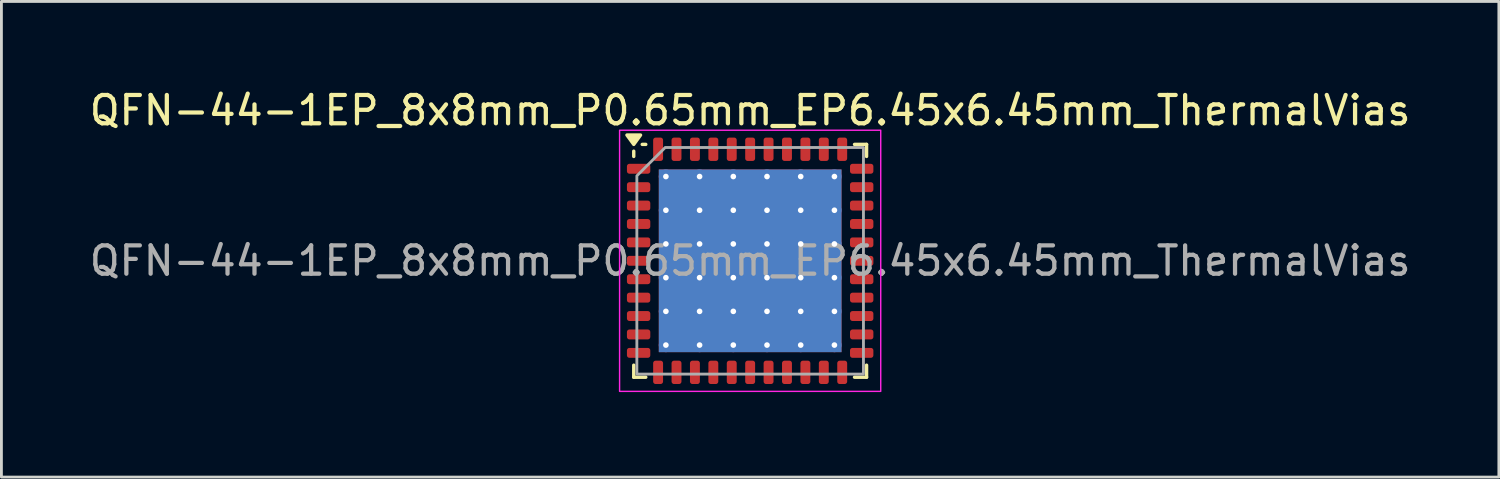
<source format=kicad_pcb>
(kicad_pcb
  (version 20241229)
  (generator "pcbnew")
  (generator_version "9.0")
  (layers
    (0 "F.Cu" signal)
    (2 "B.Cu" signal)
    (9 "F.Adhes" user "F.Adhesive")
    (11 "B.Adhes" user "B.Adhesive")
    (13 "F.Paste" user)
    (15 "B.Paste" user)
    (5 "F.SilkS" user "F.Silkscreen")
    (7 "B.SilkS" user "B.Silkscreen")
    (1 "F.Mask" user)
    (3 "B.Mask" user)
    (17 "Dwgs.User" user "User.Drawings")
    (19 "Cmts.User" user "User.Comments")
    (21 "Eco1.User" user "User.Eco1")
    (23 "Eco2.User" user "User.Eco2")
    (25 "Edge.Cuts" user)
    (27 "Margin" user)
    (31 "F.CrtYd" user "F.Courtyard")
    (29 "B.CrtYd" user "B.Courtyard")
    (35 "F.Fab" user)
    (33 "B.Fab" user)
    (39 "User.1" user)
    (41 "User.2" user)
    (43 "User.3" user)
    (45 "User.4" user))
  (footprint "QFN-44-1EP_8x8mm_P0.65mm_EP6.45x6.45mm_ThermalVias"
    (layer "F.Cu")
    (at 23.435 6.158)
    (property "Reference" "QFN-44-1EP_8x8mm_P0.65mm_EP6.45x6.45mm_ThermalVias" (at 0 -5.31 0) (layer "F.SilkS") (effects (font (size 1 1) (thickness 0.15))))
    (attr smd)
    (fp_line (start -4.11 -3.685) (end -4.11 -3.87) (stroke (width 0.12) (type solid)) (layer "F.SilkS"))
    (fp_line (start -4.11 4.11) (end -4.11 3.685) (stroke (width 0.12) (type solid)) (layer "F.SilkS"))
    (fp_line (start -3.685 -4.11) (end -3.81 -4.11) (stroke (width 0.12) (type solid)) (layer "F.SilkS"))
    (fp_line (start -3.685 4.11) (end -4.11 4.11) (stroke (width 0.12) (type solid)) (layer "F.SilkS"))
    (fp_line (start 3.685 -4.11) (end 4.11 -4.11) (stroke (width 0.12) (type solid)) (layer "F.SilkS"))
    (fp_line (start 3.685 4.11) (end 4.11 4.11) (stroke (width 0.12) (type solid)) (layer "F.SilkS"))
    (fp_line (start 4.11 -4.11) (end 4.11 -3.685) (stroke (width 0.12) (type solid)) (layer "F.SilkS"))
    (fp_line (start 4.11 4.11) (end 4.11 3.685) (stroke (width 0.12) (type solid)) (layer "F.SilkS"))
    (fp_poly (pts (xy -4.11 -4.11) (xy -4.35 -4.44) (xy -3.87 -4.44)) (stroke (width 0.12) (type solid)) (fill yes) (layer "F.SilkS"))
    (fp_rect (start -4.61 -4.61) (end 4.61 4.61) (stroke (width 0.05) (type solid)) (fill no) (layer "F.CrtYd"))
    (fp_poly (pts (xy -4 -3) (xy -4 4) (xy 4 4) (xy 4 -4) (xy -3 -4)) (stroke (width 0.1) (type solid)) (fill no) (layer "F.Fab"))
    (fp_text user "${REFERENCE}" (at 0 0 0) (layer "F.Fab") (effects (font (size 1 1) (thickness 0.15))))
    (pad "" smd roundrect (at -2.38 -2.38) (size 0.999 0.999) (layers "F.Paste") (roundrect_rratio 0.25))
    (pad "" smd roundrect (at -2.38 -1.19) (size 0.999 0.999) (layers "F.Paste") (roundrect_rratio 0.25))
    (pad "" smd roundrect (at -2.38 0) (size 0.999 0.999) (layers "F.Paste") (roundrect_rratio 0.25))
    (pad "" smd roundrect (at -2.38 1.19) (size 0.999 0.999) (layers "F.Paste") (roundrect_rratio 0.25))
    (pad "" smd roundrect (at -2.38 2.38) (size 0.999 0.999) (layers "F.Paste") (roundrect_rratio 0.25))
    (pad "" smd roundrect (at -1.19 -2.38) (size 0.999 0.999) (layers "F.Paste") (roundrect_rratio 0.25))
    (pad "" smd roundrect (at -1.19 -1.19) (size 0.999 0.999) (layers "F.Paste") (roundrect_rratio 0.25))
    (pad "" smd roundrect (at -1.19 0) (size 0.999 0.999) (layers "F.Paste") (roundrect_rratio 0.25))
    (pad "" smd roundrect (at -1.19 1.19) (size 0.999 0.999) (layers "F.Paste") (roundrect_rratio 0.25))
    (pad "" smd roundrect (at -1.19 2.38) (size 0.999 0.999) (layers "F.Paste") (roundrect_rratio 0.25))
    (pad "" smd roundrect (at 0 -2.38) (size 0.999 0.999) (layers "F.Paste") (roundrect_rratio 0.25))
    (pad "" smd roundrect (at 0 -1.19) (size 0.999 0.999) (layers "F.Paste") (roundrect_rratio 0.25))
    (pad "" smd roundrect (at 0 0) (size 0.999 0.999) (layers "F.Paste") (roundrect_rratio 0.25))
    (pad "" smd roundrect (at 0 1.19) (size 0.999 0.999) (layers "F.Paste") (roundrect_rratio 0.25))
    (pad "" smd roundrect (at 0 2.38) (size 0.999 0.999) (layers "F.Paste") (roundrect_rratio 0.25))
    (pad "" smd roundrect (at 1.19 -2.38) (size 0.999 0.999) (layers "F.Paste") (roundrect_rratio 0.25))
    (pad "" smd roundrect (at 1.19 -1.19) (size 0.999 0.999) (layers "F.Paste") (roundrect_rratio 0.25))
    (pad "" smd roundrect (at 1.19 0) (size 0.999 0.999) (layers "F.Paste") (roundrect_rratio 0.25))
    (pad "" smd roundrect (at 1.19 1.19) (size 0.999 0.999) (layers "F.Paste") (roundrect_rratio 0.25))
    (pad "" smd roundrect (at 1.19 2.38) (size 0.999 0.999) (layers "F.Paste") (roundrect_rratio 0.25))
    (pad "" smd roundrect (at 2.38 -2.38) (size 0.999 0.999) (layers "F.Paste") (roundrect_rratio 0.25))
    (pad "" smd roundrect (at 2.38 -1.19) (size 0.999 0.999) (layers "F.Paste") (roundrect_rratio 0.25))
    (pad "" smd roundrect (at 2.38 0) (size 0.999 0.999) (layers "F.Paste") (roundrect_rratio 0.25))
    (pad "" smd roundrect (at 2.38 1.19) (size 0.999 0.999) (layers "F.Paste") (roundrect_rratio 0.25))
    (pad "" smd roundrect (at 2.38 2.38) (size 0.999 0.999) (layers "F.Paste") (roundrect_rratio 0.25))
    (pad "1" smd roundrect (at -3.938 -3.25) (size 0.825 0.35) (layers "F.Cu" "F.Mask" "F.Paste") (roundrect_rratio 0.25))
    (pad "2" smd roundrect (at -3.938 -2.6) (size 0.825 0.35) (layers "F.Cu" "F.Mask" "F.Paste") (roundrect_rratio 0.25))
    (pad "3" smd roundrect (at -3.938 -1.95) (size 0.825 0.35) (layers "F.Cu" "F.Mask" "F.Paste") (roundrect_rratio 0.25))
    (pad "4" smd roundrect (at -3.938 -1.3) (size 0.825 0.35) (layers "F.Cu" "F.Mask" "F.Paste") (roundrect_rratio 0.25))
    (pad "5" smd roundrect (at -3.938 -0.65) (size 0.825 0.35) (layers "F.Cu" "F.Mask" "F.Paste") (roundrect_rratio 0.25))
    (pad "6" smd roundrect (at -3.938 0) (size 0.825 0.35) (layers "F.Cu" "F.Mask" "F.Paste") (roundrect_rratio 0.25))
    (pad "7" smd roundrect (at -3.938 0.65) (size 0.825 0.35) (layers "F.Cu" "F.Mask" "F.Paste") (roundrect_rratio 0.25))
    (pad "8" smd roundrect (at -3.938 1.3) (size 0.825 0.35) (layers "F.Cu" "F.Mask" "F.Paste") (roundrect_rratio 0.25))
    (pad "9" smd roundrect (at -3.938 1.95) (size 0.825 0.35) (layers "F.Cu" "F.Mask" "F.Paste") (roundrect_rratio 0.25))
    (pad "10" smd roundrect (at -3.938 2.6) (size 0.825 0.35) (layers "F.Cu" "F.Mask" "F.Paste") (roundrect_rratio 0.25))
    (pad "11" smd roundrect (at -3.938 3.25) (size 0.825 0.35) (layers "F.Cu" "F.Mask" "F.Paste") (roundrect_rratio 0.25))
    (pad "12" smd roundrect (at -3.25 3.938) (size 0.35 0.825) (layers "F.Cu" "F.Mask" "F.Paste") (roundrect_rratio 0.25))
    (pad "13" smd roundrect (at -2.6 3.938) (size 0.35 0.825) (layers "F.Cu" "F.Mask" "F.Paste") (roundrect_rratio 0.25))
    (pad "14" smd roundrect (at -1.95 3.938) (size 0.35 0.825) (layers "F.Cu" "F.Mask" "F.Paste") (roundrect_rratio 0.25))
    (pad "15" smd roundrect (at -1.3 3.938) (size 0.35 0.825) (layers "F.Cu" "F.Mask" "F.Paste") (roundrect_rratio 0.25))
    (pad "16" smd roundrect (at -0.65 3.938) (size 0.35 0.825) (layers "F.Cu" "F.Mask" "F.Paste") (roundrect_rratio 0.25))
    (pad "17" smd roundrect (at 0 3.938) (size 0.35 0.825) (layers "F.Cu" "F.Mask" "F.Paste") (roundrect_rratio 0.25))
    (pad "18" smd roundrect (at 0.65 3.938) (size 0.35 0.825) (layers "F.Cu" "F.Mask" "F.Paste") (roundrect_rratio 0.25))
    (pad "19" smd roundrect (at 1.3 3.938) (size 0.35 0.825) (layers "F.Cu" "F.Mask" "F.Paste") (roundrect_rratio 0.25))
    (pad "20" smd roundrect (at 1.95 3.938) (size 0.35 0.825) (layers "F.Cu" "F.Mask" "F.Paste") (roundrect_rratio 0.25))
    (pad "21" smd roundrect (at 2.6 3.938) (size 0.35 0.825) (layers "F.Cu" "F.Mask" "F.Paste") (roundrect_rratio 0.25))
    (pad "22" smd roundrect (at 3.25 3.938) (size 0.35 0.825) (layers "F.Cu" "F.Mask" "F.Paste") (roundrect_rratio 0.25))
    (pad "23" smd roundrect (at 3.938 3.25) (size 0.825 0.35) (layers "F.Cu" "F.Mask" "F.Paste") (roundrect_rratio 0.25))
    (pad "24" smd roundrect (at 3.938 2.6) (size 0.825 0.35) (layers "F.Cu" "F.Mask" "F.Paste") (roundrect_rratio 0.25))
    (pad "25" smd roundrect (at 3.938 1.95) (size 0.825 0.35) (layers "F.Cu" "F.Mask" "F.Paste") (roundrect_rratio 0.25))
    (pad "26" smd roundrect (at 3.938 1.3) (size 0.825 0.35) (layers "F.Cu" "F.Mask" "F.Paste") (roundrect_rratio 0.25))
    (pad "27" smd roundrect (at 3.938 0.65) (size 0.825 0.35) (layers "F.Cu" "F.Mask" "F.Paste") (roundrect_rratio 0.25))
    (pad "28" smd roundrect (at 3.938 0) (size 0.825 0.35) (layers "F.Cu" "F.Mask" "F.Paste") (roundrect_rratio 0.25))
    (pad "29" smd roundrect (at 3.938 -0.65) (size 0.825 0.35) (layers "F.Cu" "F.Mask" "F.Paste") (roundrect_rratio 0.25))
    (pad "30" smd roundrect (at 3.938 -1.3) (size 0.825 0.35) (layers "F.Cu" "F.Mask" "F.Paste") (roundrect_rratio 0.25))
    (pad "31" smd roundrect (at 3.938 -1.95) (size 0.825 0.35) (layers "F.Cu" "F.Mask" "F.Paste") (roundrect_rratio 0.25))
    (pad "32" smd roundrect (at 3.938 -2.6) (size 0.825 0.35) (layers "F.Cu" "F.Mask" "F.Paste") (roundrect_rratio 0.25))
    (pad "33" smd roundrect (at 3.938 -3.25) (size 0.825 0.35) (layers "F.Cu" "F.Mask" "F.Paste") (roundrect_rratio 0.25))
    (pad "34" smd roundrect (at 3.25 -3.938) (size 0.35 0.825) (layers "F.Cu" "F.Mask" "F.Paste") (roundrect_rratio 0.25))
    (pad "35" smd roundrect (at 2.6 -3.938) (size 0.35 0.825) (layers "F.Cu" "F.Mask" "F.Paste") (roundrect_rratio 0.25))
    (pad "36" smd roundrect (at 1.95 -3.938) (size 0.35 0.825) (layers "F.Cu" "F.Mask" "F.Paste") (roundrect_rratio 0.25))
    (pad "37" smd roundrect (at 1.3 -3.938) (size 0.35 0.825) (layers "F.Cu" "F.Mask" "F.Paste") (roundrect_rratio 0.25))
    (pad "38" smd roundrect (at 0.65 -3.938) (size 0.35 0.825) (layers "F.Cu" "F.Mask" "F.Paste") (roundrect_rratio 0.25))
    (pad "39" smd roundrect (at 0 -3.938) (size 0.35 0.825) (layers "F.Cu" "F.Mask" "F.Paste") (roundrect_rratio 0.25))
    (pad "40" smd roundrect (at -0.65 -3.938) (size 0.35 0.825) (layers "F.Cu" "F.Mask" "F.Paste") (roundrect_rratio 0.25))
    (pad "41" smd roundrect (at -1.3 -3.938) (size 0.35 0.825) (layers "F.Cu" "F.Mask" "F.Paste") (roundrect_rratio 0.25))
    (pad "42" smd roundrect (at -1.95 -3.938) (size 0.35 0.825) (layers "F.Cu" "F.Mask" "F.Paste") (roundrect_rratio 0.25))
    (pad "43" smd roundrect (at -2.6 -3.938) (size 0.35 0.825) (layers "F.Cu" "F.Mask" "F.Paste") (roundrect_rratio 0.25))
    (pad "44" smd roundrect (at -3.25 -3.938) (size 0.35 0.825) (layers "F.Cu" "F.Mask" "F.Paste") (roundrect_rratio 0.25))
    (pad "45" thru_hole circle (at -2.975 -2.975) (size 0.5 0.5) (drill 0.2) (property pad_prop_heatsink) (layers "*.Cu"))
    (pad "45" thru_hole circle (at -2.975 -1.785) (size 0.5 0.5) (drill 0.2) (property pad_prop_heatsink) (layers "*.Cu"))
    (pad "45" thru_hole circle (at -2.975 -0.595) (size 0.5 0.5) (drill 0.2) (property pad_prop_heatsink) (layers "*.Cu"))
    (pad "45" thru_hole circle (at -2.975 0.595) (size 0.5 0.5) (drill 0.2) (property pad_prop_heatsink) (layers "*.Cu"))
    (pad "45" thru_hole circle (at -2.975 1.785) (size 0.5 0.5) (drill 0.2) (property pad_prop_heatsink) (layers "*.Cu"))
    (pad "45" thru_hole circle (at -2.975 2.975) (size 0.5 0.5) (drill 0.2) (property pad_prop_heatsink) (layers "*.Cu"))
    (pad "45" thru_hole circle (at -1.785 -2.975) (size 0.5 0.5) (drill 0.2) (property pad_prop_heatsink) (layers "*.Cu"))
    (pad "45" thru_hole circle (at -1.785 -1.785) (size 0.5 0.5) (drill 0.2) (property pad_prop_heatsink) (layers "*.Cu"))
    (pad "45" thru_hole circle (at -1.785 -0.595) (size 0.5 0.5) (drill 0.2) (property pad_prop_heatsink) (layers "*.Cu"))
    (pad "45" thru_hole circle (at -1.785 0.595) (size 0.5 0.5) (drill 0.2) (property pad_prop_heatsink) (layers "*.Cu"))
    (pad "45" thru_hole circle (at -1.785 1.785) (size 0.5 0.5) (drill 0.2) (property pad_prop_heatsink) (layers "*.Cu"))
    (pad "45" thru_hole circle (at -1.785 2.975) (size 0.5 0.5) (drill 0.2) (property pad_prop_heatsink) (layers "*.Cu"))
    (pad "45" thru_hole circle (at -0.595 -2.975) (size 0.5 0.5) (drill 0.2) (property pad_prop_heatsink) (layers "*.Cu"))
    (pad "45" thru_hole circle (at -0.595 -1.785) (size 0.5 0.5) (drill 0.2) (property pad_prop_heatsink) (layers "*.Cu"))
    (pad "45" thru_hole circle (at -0.595 -0.595) (size 0.5 0.5) (drill 0.2) (property pad_prop_heatsink) (layers "*.Cu"))
    (pad "45" thru_hole circle (at -0.595 0.595) (size 0.5 0.5) (drill 0.2) (property pad_prop_heatsink) (layers "*.Cu"))
    (pad "45" thru_hole circle (at -0.595 1.785) (size 0.5 0.5) (drill 0.2) (property pad_prop_heatsink) (layers "*.Cu"))
    (pad "45" thru_hole circle (at -0.595 2.975) (size 0.5 0.5) (drill 0.2) (property pad_prop_heatsink) (layers "*.Cu"))
    (pad "45" smd rect (at 0 0) (size 6.45 6.45) (property pad_prop_heatsink) (layers "F.Cu" "F.Mask"))
    (pad "45" smd rect (at 0 0) (size 6.45 6.45) (property pad_prop_heatsink) (layers "B.Cu"))
    (pad "45" thru_hole circle (at 0.595 -2.975) (size 0.5 0.5) (drill 0.2) (property pad_prop_heatsink) (layers "*.Cu"))
    (pad "45" thru_hole circle (at 0.595 -1.785) (size 0.5 0.5) (drill 0.2) (property pad_prop_heatsink) (layers "*.Cu"))
    (pad "45" thru_hole circle (at 0.595 -0.595) (size 0.5 0.5) (drill 0.2) (property pad_prop_heatsink) (layers "*.Cu"))
    (pad "45" thru_hole circle (at 0.595 0.595) (size 0.5 0.5) (drill 0.2) (property pad_prop_heatsink) (layers "*.Cu"))
    (pad "45" thru_hole circle (at 0.595 1.785) (size 0.5 0.5) (drill 0.2) (property pad_prop_heatsink) (layers "*.Cu"))
    (pad "45" thru_hole circle (at 0.595 2.975) (size 0.5 0.5) (drill 0.2) (property pad_prop_heatsink) (layers "*.Cu"))
    (pad "45" thru_hole circle (at 1.785 -2.975) (size 0.5 0.5) (drill 0.2) (property pad_prop_heatsink) (layers "*.Cu"))
    (pad "45" thru_hole circle (at 1.785 -1.785) (size 0.5 0.5) (drill 0.2) (property pad_prop_heatsink) (layers "*.Cu"))
    (pad "45" thru_hole circle (at 1.785 -0.595) (size 0.5 0.5) (drill 0.2) (property pad_prop_heatsink) (layers "*.Cu"))
    (pad "45" thru_hole circle (at 1.785 0.595) (size 0.5 0.5) (drill 0.2) (property pad_prop_heatsink) (layers "*.Cu"))
    (pad "45" thru_hole circle (at 1.785 1.785) (size 0.5 0.5) (drill 0.2) (property pad_prop_heatsink) (layers "*.Cu"))
    (pad "45" thru_hole circle (at 1.785 2.975) (size 0.5 0.5) (drill 0.2) (property pad_prop_heatsink) (layers "*.Cu"))
    (pad "45" thru_hole circle (at 2.975 -2.975) (size 0.5 0.5) (drill 0.2) (property pad_prop_heatsink) (layers "*.Cu"))
    (pad "45" thru_hole circle (at 2.975 -1.785) (size 0.5 0.5) (drill 0.2) (property pad_prop_heatsink) (layers "*.Cu"))
    (pad "45" thru_hole circle (at 2.975 -0.595) (size 0.5 0.5) (drill 0.2) (property pad_prop_heatsink) (layers "*.Cu"))
    (pad "45" thru_hole circle (at 2.975 0.595) (size 0.5 0.5) (drill 0.2) (property pad_prop_heatsink) (layers "*.Cu"))
    (pad "45" thru_hole circle (at 2.975 1.785) (size 0.5 0.5) (drill 0.2) (property pad_prop_heatsink) (layers "*.Cu"))
    (pad "45" thru_hole circle (at 2.975 2.975) (size 0.5 0.5) (drill 0.2) (property pad_prop_heatsink) (layers "*.Cu")))
  (gr_rect
    (start -3 -3)
    (end 49.869 13.793)
    (stroke (width 0.1) (type default))
    (fill no)
    (layer "Edge.Cuts")))
</source>
